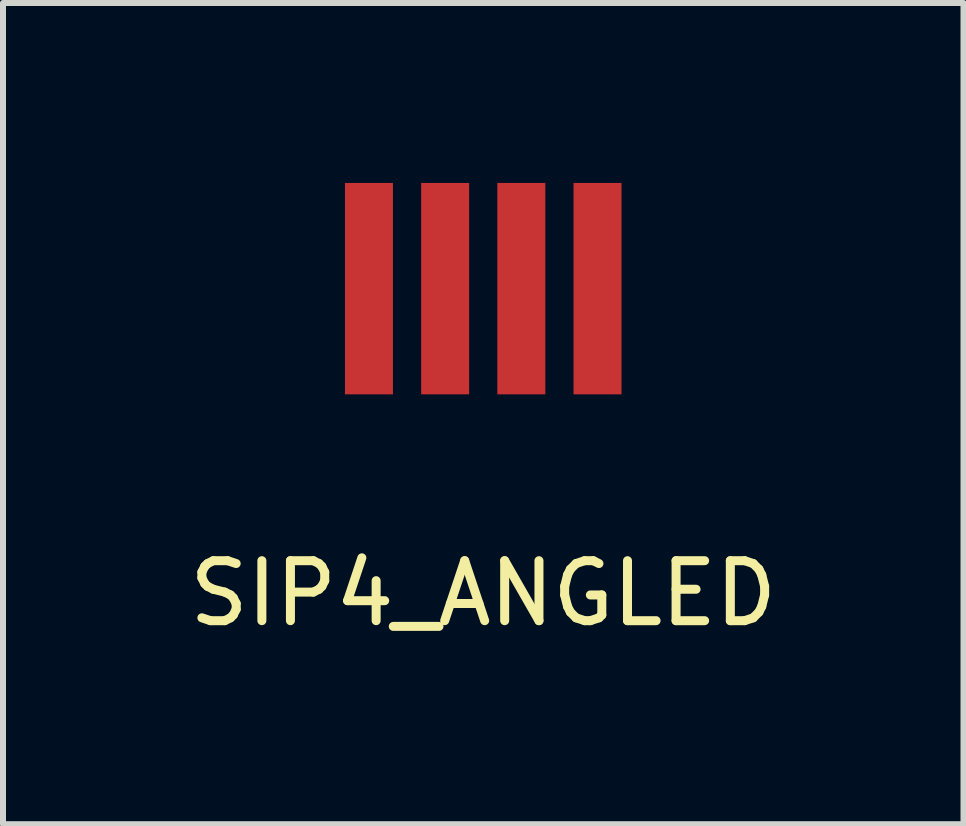
<source format=kicad_pcb>
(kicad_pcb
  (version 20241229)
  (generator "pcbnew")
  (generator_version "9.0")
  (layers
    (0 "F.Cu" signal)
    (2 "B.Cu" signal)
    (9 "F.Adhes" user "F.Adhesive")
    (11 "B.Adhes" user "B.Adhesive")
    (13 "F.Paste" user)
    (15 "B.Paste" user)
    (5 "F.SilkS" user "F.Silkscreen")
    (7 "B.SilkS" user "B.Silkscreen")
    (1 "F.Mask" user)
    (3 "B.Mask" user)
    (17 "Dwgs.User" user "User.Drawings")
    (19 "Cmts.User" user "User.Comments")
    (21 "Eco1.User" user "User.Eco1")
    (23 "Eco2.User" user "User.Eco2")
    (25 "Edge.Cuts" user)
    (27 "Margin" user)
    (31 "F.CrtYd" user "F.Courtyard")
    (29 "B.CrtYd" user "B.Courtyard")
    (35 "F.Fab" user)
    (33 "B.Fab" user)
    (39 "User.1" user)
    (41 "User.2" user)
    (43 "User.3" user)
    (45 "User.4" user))
  (footprint "SIP4_ANGLED"
    (layer "F.Cu")
    (at 5.006 0.492)
    (property "Reference" "SIP4_ANGLED" (at 0 6.35 0) (layer "F.SilkS") (effects (font (size 1 1) (thickness 0.15))))
    (attr through_hole)
    (pad "1" smd rect (at -1.905 1.27) (size 0.8 3.524) (layers "F.Cu" "F.Mask" "F.Paste"))
    (pad "2" smd rect (at -0.635 1.27) (size 0.8 3.524) (layers "F.Cu" "F.Mask" "F.Paste"))
    (pad "3" smd rect (at 0.635 1.27) (size 0.8 3.524) (layers "F.Cu" "F.Mask" "F.Paste"))
    (pad "4" smd rect (at 1.905 1.27) (size 0.8 3.524) (layers "F.Cu" "F.Mask" "F.Paste")))
  (gr_rect
    (start -3 -3)
    (end 13.012 10.69)
    (stroke (width 0.1) (type default))
    (fill no)
    (layer "Edge.Cuts")))
</source>
